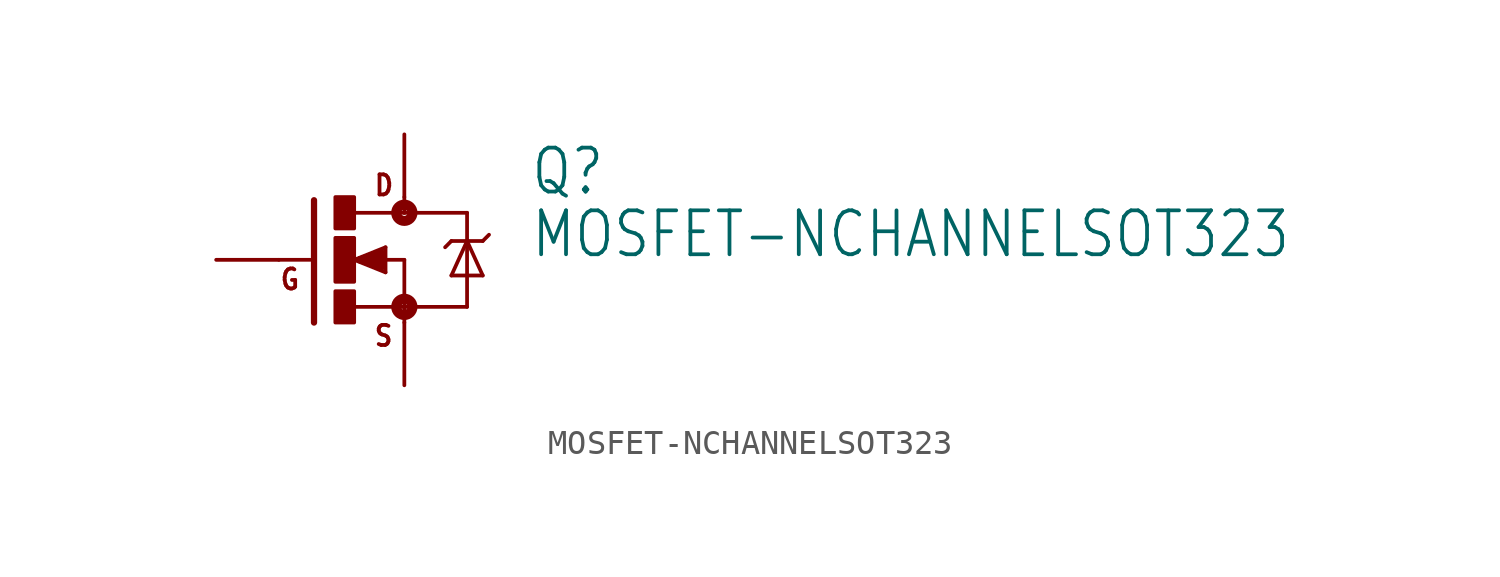
<source format=kicad_sym>
(kicad_symbol_lib
  (version 20211014)
  (generator kicad_symbol_editor)
  (symbol "MOSFET-NCHANNELSOT323"
    (property "Reference" "Q"
      (at 5.08 2.54 0)
      (effects (font (size 1.778 1.511)) (justify left bottom)))
    (property "Value" "MOSFET-NCHANNELSOT323"
      (at 5.08 0 0)
      (effects (font (size 1.778 1.511)) (justify left bottom)))
    (property "ki_locked" ""
      (at 0 0 0)
      (effects (font (size 1.27 1.27))))
    (symbol "MOSFET-NCHANNELSOT323_1_0"
      (rectangle (start -2.794 -2.54) (end -2.032 -1.27) (stroke (width 0) (type default) (color 0 0 0 0)) (fill (type outline)))
      (rectangle (start -2.794 -0.889) (end -2.032 0.889) (stroke (width 0) (type default) (color 0 0 0 0)) (fill (type outline)))
      (rectangle (start -2.794 1.27) (end -2.032 2.54) (stroke (width 0) (type default) (color 0 0 0 0)) (fill (type outline)))
      (circle (center 0 -1.905) (radius 0.127) (stroke (width 0.406) (type default) (color 0 0 0 0)) (fill (type none)))
      (polyline (pts (xy -3.81 0) (xy -5.08 0)) (stroke (width 0.152) (type default) (color 0 0 0 0)) (fill (type none)))
      (polyline (pts (xy -3.658 2.413) (xy -3.658 -2.54)) (stroke (width 0.254) (type default) (color 0 0 0 0)) (fill (type none)))
      (polyline (pts (xy -2.032 -1.905) (xy 0 -1.905)) (stroke (width 0.152) (type default) (color 0 0 0 0)) (fill (type none)))
      (polyline (pts (xy -2.032 0) (xy -0.762 -0.508)) (stroke (width 0.152) (type default) (color 0 0 0 0)) (fill (type none)))
      (polyline (pts (xy -1.778 0) (xy -0.889 -0.254)) (stroke (width 0.305) (type default) (color 0 0 0 0)) (fill (type none)))
      (polyline (pts (xy -0.889 -0.254) (xy -0.889 0)) (stroke (width 0.305) (type default) (color 0 0 0 0)) (fill (type none)))
      (polyline (pts (xy -0.889 0) (xy -1.143 0)) (stroke (width 0.305) (type default) (color 0 0 0 0)) (fill (type none)))
      (polyline (pts (xy -0.889 0) (xy 0 0)) (stroke (width 0.152) (type default) (color 0 0 0 0)) (fill (type none)))
      (polyline (pts (xy -0.889 0.254) (xy -1.778 0)) (stroke (width 0.305) (type default) (color 0 0 0 0)) (fill (type none)))
      (polyline (pts (xy -0.762 -0.508) (xy -0.762 0.508)) (stroke (width 0.152) (type default) (color 0 0 0 0)) (fill (type none)))
      (polyline (pts (xy -0.762 0.508) (xy -2.032 0)) (stroke (width 0.152) (type default) (color 0 0 0 0)) (fill (type none)))
      (polyline (pts (xy 0 -1.905) (xy 0 -2.54)) (stroke (width 0.152) (type default) (color 0 0 0 0)) (fill (type none)))
      (polyline (pts (xy 0 0) (xy 0 -1.905)) (stroke (width 0.152) (type default) (color 0 0 0 0)) (fill (type none)))
      (polyline (pts (xy 0 1.905) (xy -2.007 1.905)) (stroke (width 0.152) (type default) (color 0 0 0 0)) (fill (type none)))
      (polyline (pts (xy 0 1.905) (xy 2.54 1.905)) (stroke (width 0.152) (type default) (color 0 0 0 0)) (fill (type none)))
      (polyline (pts (xy 0 2.54) (xy 0 1.905)) (stroke (width 0.152) (type default) (color 0 0 0 0)) (fill (type none)))
      (polyline (pts (xy 1.905 -0.635) (xy 3.175 -0.635)) (stroke (width 0.152) (type default) (color 0 0 0 0)) (fill (type none)))
      (polyline (pts (xy 1.905 0.762) (xy 1.651 0.508)) (stroke (width 0.152) (type default) (color 0 0 0 0)) (fill (type none)))
      (polyline (pts (xy 1.905 0.762) (xy 2.54 0.762)) (stroke (width 0.152) (type default) (color 0 0 0 0)) (fill (type none)))
      (polyline (pts (xy 2.54 -1.905) (xy 0 -1.905)) (stroke (width 0.152) (type default) (color 0 0 0 0)) (fill (type none)))
      (polyline (pts (xy 2.54 0.762) (xy 1.905 -0.635)) (stroke (width 0.152) (type default) (color 0 0 0 0)) (fill (type none)))
      (polyline (pts (xy 2.54 0.762) (xy 2.54 -1.905)) (stroke (width 0.152) (type default) (color 0 0 0 0)) (fill (type none)))
      (polyline (pts (xy 2.54 0.762) (xy 3.175 0.762)) (stroke (width 0.152) (type default) (color 0 0 0 0)) (fill (type none)))
      (polyline (pts (xy 2.54 1.905) (xy 2.54 0.762)) (stroke (width 0.152) (type default) (color 0 0 0 0)) (fill (type none)))
      (polyline (pts (xy 3.175 -0.635) (xy 2.54 0.762)) (stroke (width 0.152) (type default) (color 0 0 0 0)) (fill (type none)))
      (polyline (pts (xy 3.175 0.762) (xy 3.429 1.016)) (stroke (width 0.152) (type default) (color 0 0 0 0)) (fill (type none)))
      (circle (center 0 1.905) (radius 0.127) (stroke (width 0.406) (type default) (color 0 0 0 0)) (fill (type none)))
      (text "D" (at -1.27 2.54 0) (effects (font (size 0.813 0.691)) (justify left bottom)))
      (text "G" (at -5.08 -1.27 0) (effects (font (size 0.813 0.691)) (justify left bottom)))
      (text "S" (at -1.27 -3.556 0) (effects (font (size 0.813 0.691)) (justify left bottom)))
      (pin passive line (at -7.62 0 0) (length 2.54) (name "G" (effects (font (size 0 0)))) (number "1" (effects (font (size 0 0)))))
      (pin passive line (at 0 -5.08 90) (length 2.54) (name "S" (effects (font (size 0 0)))) (number "2" (effects (font (size 0 0)))))
      (pin passive line (at 0 5.08 270) (length 2.54) (name "D" (effects (font (size 0 0)))) (number "3" (effects (font (size 0 0))))))))
</source>
